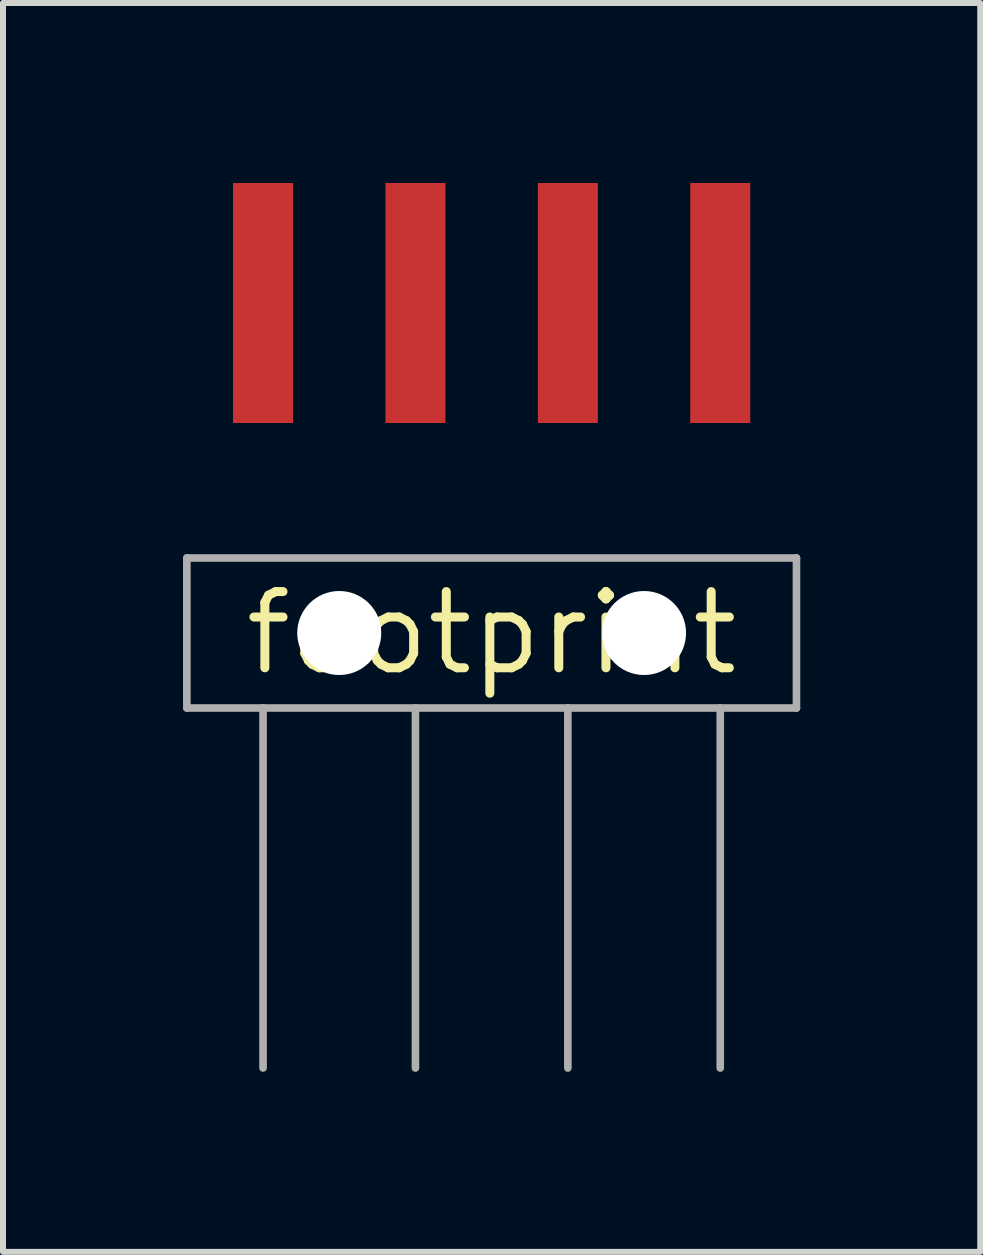
<source format=kicad_pcb>
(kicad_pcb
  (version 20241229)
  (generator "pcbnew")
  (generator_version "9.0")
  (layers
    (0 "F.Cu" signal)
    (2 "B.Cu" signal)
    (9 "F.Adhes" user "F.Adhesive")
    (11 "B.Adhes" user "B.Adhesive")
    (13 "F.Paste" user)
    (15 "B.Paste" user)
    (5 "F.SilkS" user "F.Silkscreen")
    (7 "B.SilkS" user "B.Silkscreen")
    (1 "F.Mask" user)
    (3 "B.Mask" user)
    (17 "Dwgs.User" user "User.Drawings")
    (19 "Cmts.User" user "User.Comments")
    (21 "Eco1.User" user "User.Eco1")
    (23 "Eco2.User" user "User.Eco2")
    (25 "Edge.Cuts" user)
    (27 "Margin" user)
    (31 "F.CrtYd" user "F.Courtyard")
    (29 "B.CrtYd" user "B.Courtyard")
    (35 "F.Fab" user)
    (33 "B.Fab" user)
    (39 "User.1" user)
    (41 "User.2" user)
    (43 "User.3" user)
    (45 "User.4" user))
  (footprint "footprint"
    (layer "F.Cu")
    (at 5.144 7.5)
    (property "Reference" "footprint" (at 0 0 0) (layer "F.SilkS") (effects (font (size 1.27 1.27) (thickness 0.15))))
    (fp_line (start -5.08 -1.25) (end -5.08 1.25) (stroke (width 0.127) (type solid)) (layer "F.Fab"))
    (fp_line (start -5.08 1.25) (end -3.81 1.25) (stroke (width 0.127) (type solid)) (layer "F.Fab"))
    (fp_line (start -3.81 1.25) (end -3.81 7.25) (stroke (width 0.127) (type solid)) (layer "F.Fab"))
    (fp_line (start -3.81 1.25) (end -1.27 1.25) (stroke (width 0.127) (type solid)) (layer "F.Fab"))
    (fp_line (start -1.27 1.25) (end -1.27 7.25) (stroke (width 0.127) (type solid)) (layer "F.Fab"))
    (fp_line (start -1.27 1.25) (end 1.27 1.25) (stroke (width 0.127) (type solid)) (layer "F.Fab"))
    (fp_line (start 1.27 1.25) (end 1.27 7.25) (stroke (width 0.127) (type solid)) (layer "F.Fab"))
    (fp_line (start 1.27 1.25) (end 3.81 1.25) (stroke (width 0.127) (type solid)) (layer "F.Fab"))
    (fp_line (start 3.81 1.25) (end 3.81 7.25) (stroke (width 0.127) (type solid)) (layer "F.Fab"))
    (fp_line (start 3.81 1.25) (end 5.08 1.25) (stroke (width 0.127) (type solid)) (layer "F.Fab"))
    (fp_line (start 5.08 -1.25) (end -5.08 -1.25) (stroke (width 0.127) (type solid)) (layer "F.Fab"))
    (fp_line (start 5.08 1.25) (end 5.08 -1.25) (stroke (width 0.127) (type solid)) (layer "F.Fab"))
    (pad "" np_thru_hole circle (at -2.54 0) (size 1.4 1.4) (drill 1.4) (layers "*.Cu" "*.Mask"))
    (pad "" np_thru_hole circle (at 2.54 0) (size 1.4 1.4) (drill 1.4) (layers "*.Cu" "*.Mask"))
    (pad "1" smd rect (at -3.81 -5.5 90) (size 4 1) (layers "F.Cu" "F.Mask" "F.Paste"))
    (pad "2" smd rect (at -1.27 -5.5 90) (size 4 1) (layers "F.Cu" "F.Mask" "F.Paste"))
    (pad "3" smd rect (at 1.27 -5.5 90) (size 4 1) (layers "F.Cu" "F.Mask" "F.Paste"))
    (pad "4" smd rect (at 3.81 -5.5 90) (size 4 1) (layers "F.Cu" "F.Mask" "F.Paste")))
  (gr_rect
    (start -3 -3)
    (end 13.287 17.814)
    (stroke (width 0.1) (type default))
    (fill no)
    (layer "Edge.Cuts")))
</source>
